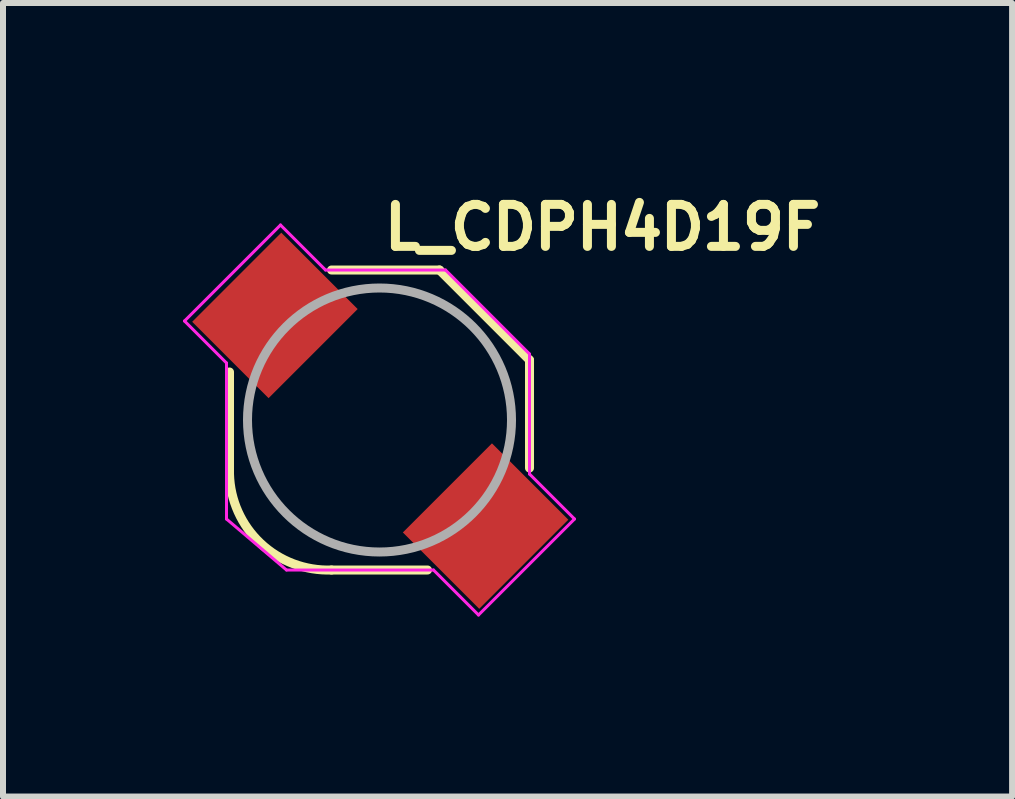
<source format=kicad_pcb>
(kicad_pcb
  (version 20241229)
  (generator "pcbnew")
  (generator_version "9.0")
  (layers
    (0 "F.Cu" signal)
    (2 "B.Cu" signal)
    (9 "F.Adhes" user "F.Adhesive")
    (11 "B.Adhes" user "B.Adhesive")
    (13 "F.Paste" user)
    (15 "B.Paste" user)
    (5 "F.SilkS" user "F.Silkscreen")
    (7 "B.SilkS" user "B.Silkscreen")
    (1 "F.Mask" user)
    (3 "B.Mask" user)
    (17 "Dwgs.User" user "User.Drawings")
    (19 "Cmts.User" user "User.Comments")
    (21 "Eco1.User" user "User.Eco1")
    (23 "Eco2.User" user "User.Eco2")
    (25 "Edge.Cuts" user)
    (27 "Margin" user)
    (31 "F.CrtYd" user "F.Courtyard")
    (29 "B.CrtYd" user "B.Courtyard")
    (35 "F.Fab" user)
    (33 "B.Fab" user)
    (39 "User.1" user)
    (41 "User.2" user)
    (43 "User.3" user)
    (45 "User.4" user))
  (footprint "L_CDPH4D19F"
    (layer "F.Cu")
    (at 3.275 3.95)
    (property "Reference" "L_CDPH4D19F" (at 0 -2.8 0) (layer "F.SilkS") (effects (font (size 0.7 0.7) (thickness 0.15)) (justify left bottom)))
    (attr smd)
    (fp_line (start -2.5 0.9) (end -2.5 -0.8) (stroke (width 0.15) (type solid)) (layer "F.SilkS"))
    (fp_line (start -0.8 -2.5) (end 1 -2.5) (stroke (width 0.15) (type solid)) (layer "F.SilkS"))
    (fp_line (start -0.8 2.5) (end 0.8 2.5) (stroke (width 0.15) (type solid)) (layer "F.SilkS"))
    (fp_line (start 1 -2.5) (end 2.5 -1) (stroke (width 0.15) (type solid)) (layer "F.SilkS"))
    (fp_line (start 2.5 -1) (end 2.5 0.8) (stroke (width 0.15) (type solid)) (layer "F.SilkS"))
    (fp_arc (start -0.8 2.5) (mid -1.983065 2.053882) (end -2.5 0.9) (stroke (width 0.15) (type solid)) (layer "F.SilkS"))
    (fp_line (start -3.25 -1.65) (end -1.65 -3.25) (stroke (width 0.05) (type solid)) (layer "F.CrtYd"))
    (fp_line (start -2.55 -0.95) (end -3.25 -1.65) (stroke (width 0.05) (type solid)) (layer "F.CrtYd"))
    (fp_line (start -2.55 1.65) (end -2.55 -0.95) (stroke (width 0.05) (type solid)) (layer "F.CrtYd"))
    (fp_line (start -1.65 -3.25) (end -0.9 -2.5) (stroke (width 0.05) (type solid)) (layer "F.CrtYd"))
    (fp_line (start -1.55 2.5) (end -2.55 1.65) (stroke (width 0.05) (type solid)) (layer "F.CrtYd"))
    (fp_line (start -0.9 -2.5) (end 1.1 -2.5) (stroke (width 0.05) (type solid)) (layer "F.CrtYd"))
    (fp_line (start 0.9 2.5) (end -1.55 2.5) (stroke (width 0.05) (type solid)) (layer "F.CrtYd"))
    (fp_line (start 1.1 -2.5) (end 2.5 -1.1) (stroke (width 0.05) (type solid)) (layer "F.CrtYd"))
    (fp_line (start 1.65 3.25) (end 0.9 2.5) (stroke (width 0.05) (type solid)) (layer "F.CrtYd"))
    (fp_line (start 2.5 -1.1) (end 2.5 0.9) (stroke (width 0.05) (type solid)) (layer "F.CrtYd"))
    (fp_line (start 2.5 0.9) (end 3.25 1.65) (stroke (width 0.05) (type solid)) (layer "F.CrtYd"))
    (fp_line (start 3.25 1.65) (end 1.65 3.25) (stroke (width 0.05) (type solid)) (layer "F.CrtYd"))
    (fp_circle (center 0 0) (end 2.2 0) (stroke (width 0.15) (type solid)) (fill no) (layer "F.Fab"))
    (fp_rect (start 2.45 -2.45) (end -2.45 2.45) (stroke (width 0.1) (type solid)) (fill no) (layer "User.5"))
    (fp_line (start -2.45 -1.036) (end -2.45 0.95) (stroke (width 0.01) (type solid)) (layer "User.9"))
    (fp_line (start -2.448 1.024) (end -2.45 0.95) (stroke (width 0.01) (type solid)) (layer "User.9"))
    (fp_line (start -2.443 1.098) (end -2.448 1.024) (stroke (width 0.01) (type solid)) (layer "User.9"))
    (fp_line (start -2.434 1.172) (end -2.443 1.098) (stroke (width 0.01) (type solid)) (layer "User.9"))
    (fp_line (start -2.421 1.244) (end -2.434 1.172) (stroke (width 0.01) (type solid)) (layer "User.9"))
    (fp_line (start -2.405 1.316) (end -2.421 1.244) (stroke (width 0.01) (type solid)) (layer "User.9"))
    (fp_line (start -2.385 1.386) (end -2.405 1.316) (stroke (width 0.01) (type solid)) (layer "User.9"))
    (fp_line (start -2.362 1.456) (end -2.385 1.386) (stroke (width 0.01) (type solid)) (layer "User.9"))
    (fp_line (start -2.336 1.524) (end -2.362 1.456) (stroke (width 0.01) (type solid)) (layer "User.9"))
    (fp_line (start -2.306 1.591) (end -2.336 1.524) (stroke (width 0.01) (type solid)) (layer "User.9"))
    (fp_line (start -2.273 1.656) (end -2.306 1.591) (stroke (width 0.01) (type solid)) (layer "User.9"))
    (fp_line (start -2.25 0) (end -2.245 -0.146) (stroke (width 0.01) (type solid)) (layer "User.9"))
    (fp_line (start -2.245 -0.146) (end -2.231 -0.291) (stroke (width 0.01) (type solid)) (layer "User.9"))
    (fp_line (start -2.245 0.146) (end -2.25 0) (stroke (width 0.01) (type solid)) (layer "User.9"))
    (fp_line (start -2.242 -1.252) (end -2.263 -1.273) (stroke (width 0.01) (type solid)) (layer "User.9"))
    (fp_line (start -2.242 -1.252) (end -1.252 -2.242) (stroke (width 0.01) (type solid)) (layer "User.9"))
    (fp_line (start -2.238 -1.248) (end -2.242 -1.252) (stroke (width 0.01) (type solid)) (layer "User.9"))
    (fp_line (start -2.237 1.72) (end -2.273 1.656) (stroke (width 0.01) (type solid)) (layer "User.9"))
    (fp_line (start -2.231 -0.291) (end -2.208 -0.435) (stroke (width 0.01) (type solid)) (layer "User.9"))
    (fp_line (start -2.231 0.291) (end -2.245 0.146) (stroke (width 0.01) (type solid)) (layer "User.9"))
    (fp_line (start -2.208 -0.435) (end -2.175 -0.578) (stroke (width 0.01) (type solid)) (layer "User.9"))
    (fp_line (start -2.208 0.435) (end -2.231 0.291) (stroke (width 0.01) (type solid)) (layer "User.9"))
    (fp_line (start -2.198 1.782) (end -2.237 1.72) (stroke (width 0.01) (type solid)) (layer "User.9"))
    (fp_line (start -2.175 -0.578) (end -2.132 -0.719) (stroke (width 0.01) (type solid)) (layer "User.9"))
    (fp_line (start -2.175 0.578) (end -2.208 0.435) (stroke (width 0.01) (type solid)) (layer "User.9"))
    (fp_line (start -2.156 1.842) (end -2.198 1.782) (stroke (width 0.01) (type solid)) (layer "User.9"))
    (fp_line (start -2.132 -0.719) (end -2.08 -0.857) (stroke (width 0.01) (type solid)) (layer "User.9"))
    (fp_line (start -2.132 0.719) (end -2.175 0.578) (stroke (width 0.01) (type solid)) (layer "User.9"))
    (fp_line (start -2.11 1.901) (end -2.156 1.842) (stroke (width 0.01) (type solid)) (layer "User.9"))
    (fp_line (start -2.08 -0.857) (end -2.019 -0.993) (stroke (width 0.01) (type solid)) (layer "User.9"))
    (fp_line (start -2.08 0.857) (end -2.132 0.719) (stroke (width 0.01) (type solid)) (layer "User.9"))
    (fp_line (start -2.062 1.957) (end -2.11 1.901) (stroke (width 0.01) (type solid)) (layer "User.9"))
    (fp_line (start -2.019 -0.993) (end -1.949 -1.125) (stroke (width 0.01) (type solid)) (layer "User.9"))
    (fp_line (start -2.019 0.993) (end -2.08 0.857) (stroke (width 0.01) (type solid)) (layer "User.9"))
    (fp_line (start -2.011 2.011) (end -2.062 1.957) (stroke (width 0.01) (type solid)) (layer "User.9"))
    (fp_line (start -2.011 2.011) (end -2.011 2.011) (stroke (width 0.01) (type solid)) (layer "User.9"))
    (fp_line (start -1.957 2.062) (end -2.011 2.011) (stroke (width 0.01) (type solid)) (layer "User.9"))
    (fp_line (start -1.949 -1.125) (end -1.949 -1.125) (stroke (width 0.01) (type solid)) (layer "User.9"))
    (fp_line (start -1.949 -1.125) (end -1.91 -1.189) (stroke (width 0.01) (type solid)) (layer "User.9"))
    (fp_line (start -1.949 1.125) (end -2.019 0.993) (stroke (width 0.01) (type solid)) (layer "User.9"))
    (fp_line (start -1.949 1.125) (end -1.949 1.125) (stroke (width 0.01) (type solid)) (layer "User.9"))
    (fp_line (start -1.91 -1.189) (end -1.869 -1.252) (stroke (width 0.01) (type solid)) (layer "User.9"))
    (fp_line (start -1.901 2.11) (end -1.957 2.062) (stroke (width 0.01) (type solid)) (layer "User.9"))
    (fp_line (start -1.869 -1.252) (end -1.827 -1.314) (stroke (width 0.01) (type solid)) (layer "User.9"))
    (fp_line (start -1.869 1.252) (end -1.949 1.125) (stroke (width 0.01) (type solid)) (layer "User.9"))
    (fp_line (start -1.842 2.156) (end -1.901 2.11) (stroke (width 0.01) (type solid)) (layer "User.9"))
    (fp_line (start -1.827 -1.314) (end -1.782 -1.373) (stroke (width 0.01) (type solid)) (layer "User.9"))
    (fp_line (start -1.782 -1.373) (end -1.736 -1.431) (stroke (width 0.01) (type solid)) (layer "User.9"))
    (fp_line (start -1.782 1.373) (end -1.869 1.252) (stroke (width 0.01) (type solid)) (layer "User.9"))
    (fp_line (start -1.782 2.198) (end -1.842 2.156) (stroke (width 0.01) (type solid)) (layer "User.9"))
    (fp_line (start -1.736 -1.431) (end -1.688 -1.487) (stroke (width 0.01) (type solid)) (layer "User.9"))
    (fp_line (start -1.72 2.237) (end -1.782 2.198) (stroke (width 0.01) (type solid)) (layer "User.9"))
    (fp_line (start -1.688 -1.487) (end -1.639 -1.542) (stroke (width 0.01) (type solid)) (layer "User.9"))
    (fp_line (start -1.688 1.487) (end -1.782 1.373) (stroke (width 0.01) (type solid)) (layer "User.9"))
    (fp_line (start -1.656 2.273) (end -1.72 2.237) (stroke (width 0.01) (type solid)) (layer "User.9"))
    (fp_line (start -1.639 -1.542) (end -1.588 -1.594) (stroke (width 0.01) (type solid)) (layer "User.9"))
    (fp_line (start -1.591 2.306) (end -1.656 2.273) (stroke (width 0.01) (type solid)) (layer "User.9"))
    (fp_line (start -1.588 -1.594) (end -1.535 -1.645) (stroke (width 0.01) (type solid)) (layer "User.9"))
    (fp_line (start -1.588 1.594) (end -1.688 1.487) (stroke (width 0.01) (type solid)) (layer "User.9"))
    (fp_line (start -1.535 -1.645) (end -1.48 -1.694) (stroke (width 0.01) (type solid)) (layer "User.9"))
    (fp_line (start -1.524 2.336) (end -1.591 2.306) (stroke (width 0.01) (type solid)) (layer "User.9"))
    (fp_line (start -1.48 -1.694) (end -1.425 -1.742) (stroke (width 0.01) (type solid)) (layer "User.9"))
    (fp_line (start -1.48 1.694) (end -1.588 1.594) (stroke (width 0.01) (type solid)) (layer "User.9"))
    (fp_line (start -1.456 2.362) (end -1.524 2.336) (stroke (width 0.01) (type solid)) (layer "User.9"))
    (fp_line (start -1.425 -1.742) (end -1.367 -1.787) (stroke (width 0.01) (type solid)) (layer "User.9"))
    (fp_line (start -1.386 2.385) (end -1.456 2.362) (stroke (width 0.01) (type solid)) (layer "User.9"))
    (fp_line (start -1.367 -1.787) (end -1.309 -1.83) (stroke (width 0.01) (type solid)) (layer "User.9"))
    (fp_line (start -1.367 1.787) (end -1.48 1.694) (stroke (width 0.01) (type solid)) (layer "User.9"))
    (fp_line (start -1.316 2.405) (end -1.386 2.385) (stroke (width 0.01) (type solid)) (layer "User.9"))
    (fp_line (start -1.309 -1.83) (end -1.249 -1.872) (stroke (width 0.01) (type solid)) (layer "User.9"))
    (fp_line (start -1.273 -2.263) (end -2.263 -1.273) (stroke (width 0.01) (type solid)) (layer "User.9"))
    (fp_line (start -1.273 -2.263) (end -1.252 -2.242) (stroke (width 0.01) (type solid)) (layer "User.9"))
    (fp_line (start -1.252 -2.242) (end -1.248 -2.238) (stroke (width 0.01) (type solid)) (layer "User.9"))
    (fp_line (start -1.249 -1.872) (end -1.187 -1.911) (stroke (width 0.01) (type solid)) (layer "User.9"))
    (fp_line (start -1.249 1.872) (end -1.367 1.787) (stroke (width 0.01) (type solid)) (layer "User.9"))
    (fp_line (start -1.244 2.421) (end -1.316 2.405) (stroke (width 0.01) (type solid)) (layer "User.9"))
    (fp_line (start -1.187 -1.911) (end -1.125 -1.949) (stroke (width 0.01) (type solid)) (layer "User.9"))
    (fp_line (start -1.172 2.434) (end -1.244 2.421) (stroke (width 0.01) (type solid)) (layer "User.9"))
    (fp_line (start -1.125 -1.949) (end -1.061 -1.984) (stroke (width 0.01) (type solid)) (layer "User.9"))
    (fp_line (start -1.125 1.949) (end -1.249 1.872) (stroke (width 0.01) (type solid)) (layer "User.9"))
    (fp_line (start -1.098 2.443) (end -1.172 2.434) (stroke (width 0.01) (type solid)) (layer "User.9"))
    (fp_line (start -1.061 -1.984) (end -0.997 -2.017) (stroke (width 0.01) (type solid)) (layer "User.9"))
    (fp_line (start -1.036 -2.45) (end -2.45 -1.036) (stroke (width 0.01) (type solid)) (layer "User.9"))
    (fp_line (start -1.024 2.448) (end -1.098 2.443) (stroke (width 0.01) (type solid)) (layer "User.9"))
    (fp_line (start -0.997 -2.017) (end -0.931 -2.049) (stroke (width 0.01) (type solid)) (layer "User.9"))
    (fp_line (start -0.997 2.017) (end -1.125 1.949) (stroke (width 0.01) (type solid)) (layer "User.9"))
    (fp_line (start -0.95 2.45) (end -1.024 2.448) (stroke (width 0.01) (type solid)) (layer "User.9"))
    (fp_line (start -0.95 2.45) (end 1.036 2.45) (stroke (width 0.01) (type solid)) (layer "User.9"))
    (fp_line (start -0.931 -2.049) (end -0.864 -2.078) (stroke (width 0.01) (type solid)) (layer "User.9"))
    (fp_line (start -0.864 -2.078) (end -0.796 -2.105) (stroke (width 0.01) (type solid)) (layer "User.9"))
    (fp_line (start -0.864 2.078) (end -0.997 2.017) (stroke (width 0.01) (type solid)) (layer "User.9"))
    (fp_line (start -0.796 -2.105) (end -0.727 -2.129) (stroke (width 0.01) (type solid)) (layer "User.9"))
    (fp_line (start -0.727 -2.129) (end -0.658 -2.152) (stroke (width 0.01) (type solid)) (layer "User.9"))
    (fp_line (start -0.727 2.129) (end -0.864 2.078) (stroke (width 0.01) (type solid)) (layer "User.9"))
    (fp_line (start -0.658 -2.152) (end -0.587 -2.172) (stroke (width 0.01) (type solid)) (layer "User.9"))
    (fp_line (start -0.587 -2.172) (end -0.516 -2.19) (stroke (width 0.01) (type solid)) (layer "User.9"))
    (fp_line (start -0.587 2.172) (end -0.727 2.129) (stroke (width 0.01) (type solid)) (layer "User.9"))
    (fp_line (start -0.516 -2.19) (end -0.444 -2.206) (stroke (width 0.01) (type solid)) (layer "User.9"))
    (fp_line (start -0.444 -2.206) (end -0.371 -2.219) (stroke (width 0.01) (type solid)) (layer "User.9"))
    (fp_line (start -0.444 2.206) (end -0.587 2.172) (stroke (width 0.01) (type solid)) (layer "User.9"))
    (fp_line (start -0.371 -2.219) (end -0.298 -2.23) (stroke (width 0.01) (type solid)) (layer "User.9"))
    (fp_line (start -0.298 -2.23) (end -0.224 -2.239) (stroke (width 0.01) (type solid)) (layer "User.9"))
    (fp_line (start -0.298 2.23) (end -0.444 2.206) (stroke (width 0.01) (type solid)) (layer "User.9"))
    (fp_line (start -0.224 -2.239) (end -0.15 -2.245) (stroke (width 0.01) (type solid)) (layer "User.9"))
    (fp_line (start -0.15 -2.245) (end -0.075 -2.249) (stroke (width 0.01) (type solid)) (layer "User.9"))
    (fp_line (start -0.15 2.245) (end -0.298 2.23) (stroke (width 0.01) (type solid)) (layer "User.9"))
    (fp_line (start -0.075 -2.249) (end 0 -2.25) (stroke (width 0.01) (type solid)) (layer "User.9"))
    (fp_line (start 0 -2.25) (end 0.15 -2.245) (stroke (width 0.01) (type solid)) (layer "User.9"))
    (fp_line (start 0 2.25) (end -0.15 2.245) (stroke (width 0.01) (type solid)) (layer "User.9"))
    (fp_line (start 0.075 2.249) (end 0 2.25) (stroke (width 0.01) (type solid)) (layer "User.9"))
    (fp_line (start 0.15 -2.245) (end 0.298 -2.23) (stroke (width 0.01) (type solid)) (layer "User.9"))
    (fp_line (start 0.15 2.245) (end 0.075 2.249) (stroke (width 0.01) (type solid)) (layer "User.9"))
    (fp_line (start 0.224 2.239) (end 0.15 2.245) (stroke (width 0.01) (type solid)) (layer "User.9"))
    (fp_line (start 0.298 -2.23) (end 0.444 -2.206) (stroke (width 0.01) (type solid)) (layer "User.9"))
    (fp_line (start 0.298 2.23) (end 0.224 2.239) (stroke (width 0.01) (type solid)) (layer "User.9"))
    (fp_line (start 0.371 2.219) (end 0.298 2.23) (stroke (width 0.01) (type solid)) (layer "User.9"))
    (fp_line (start 0.444 -2.206) (end 0.587 -2.172) (stroke (width 0.01) (type solid)) (layer "User.9"))
    (fp_line (start 0.444 2.206) (end 0.371 2.219) (stroke (width 0.01) (type solid)) (layer "User.9"))
    (fp_line (start 0.516 2.19) (end 0.444 2.206) (stroke (width 0.01) (type solid)) (layer "User.9"))
    (fp_line (start 0.587 -2.172) (end 0.727 -2.129) (stroke (width 0.01) (type solid)) (layer "User.9"))
    (fp_line (start 0.587 2.172) (end 0.516 2.19) (stroke (width 0.01) (type solid)) (layer "User.9"))
    (fp_line (start 0.658 2.152) (end 0.587 2.172) (stroke (width 0.01) (type solid)) (layer "User.9"))
    (fp_line (start 0.727 -2.129) (end 0.864 -2.078) (stroke (width 0.01) (type solid)) (layer "User.9"))
    (fp_line (start 0.727 2.129) (end 0.658 2.152) (stroke (width 0.01) (type solid)) (layer "User.9"))
    (fp_line (start 0.796 2.105) (end 0.727 2.129) (stroke (width 0.01) (type solid)) (layer "User.9"))
    (fp_line (start 0.864 -2.078) (end 0.997 -2.017) (stroke (width 0.01) (type solid)) (layer "User.9"))
    (fp_line (start 0.864 2.078) (end 0.796 2.105) (stroke (width 0.01) (type solid)) (layer "User.9"))
    (fp_line (start 0.931 2.049) (end 0.864 2.078) (stroke (width 0.01) (type solid)) (layer "User.9"))
    (fp_line (start 0.997 -2.017) (end 1.125 -1.949) (stroke (width 0.01) (type solid)) (layer "User.9"))
    (fp_line (start 0.997 2.017) (end 0.931 2.049) (stroke (width 0.01) (type solid)) (layer "User.9"))
    (fp_line (start 1.036 -2.45) (end -1.036 -2.45) (stroke (width 0.01) (type solid)) (layer "User.9"))
    (fp_line (start 1.036 2.45) (end 2.45 1.036) (stroke (width 0.01) (type solid)) (layer "User.9"))
    (fp_line (start 1.061 1.984) (end 0.997 2.017) (stroke (width 0.01) (type solid)) (layer "User.9"))
    (fp_line (start 1.125 -1.949) (end 1.249 -1.872) (stroke (width 0.01) (type solid)) (layer "User.9"))
    (fp_line (start 1.125 1.949) (end 1.061 1.984) (stroke (width 0.01) (type solid)) (layer "User.9"))
    (fp_line (start 1.187 1.911) (end 1.125 1.949) (stroke (width 0.01) (type solid)) (layer "User.9"))
    (fp_line (start 1.248 2.238) (end 1.252 2.242) (stroke (width 0.01) (type solid)) (layer "User.9"))
    (fp_line (start 1.249 -1.872) (end 1.367 -1.787) (stroke (width 0.01) (type solid)) (layer "User.9"))
    (fp_line (start 1.249 1.872) (end 1.187 1.911) (stroke (width 0.01) (type solid)) (layer "User.9"))
    (fp_line (start 1.252 2.242) (end 1.273 2.263) (stroke (width 0.01) (type solid)) (layer "User.9"))
    (fp_line (start 1.273 2.263) (end 2.263 1.273) (stroke (width 0.01) (type solid)) (layer "User.9"))
    (fp_line (start 1.309 1.83) (end 1.249 1.872) (stroke (width 0.01) (type solid)) (layer "User.9"))
    (fp_line (start 1.367 -1.787) (end 1.48 -1.694) (stroke (width 0.01) (type solid)) (layer "User.9"))
    (fp_line (start 1.367 1.787) (end 1.309 1.83) (stroke (width 0.01) (type solid)) (layer "User.9"))
    (fp_line (start 1.425 1.742) (end 1.367 1.787) (stroke (width 0.01) (type solid)) (layer "User.9"))
    (fp_line (start 1.48 -1.694) (end 1.588 -1.594) (stroke (width 0.01) (type solid)) (layer "User.9"))
    (fp_line (start 1.48 1.694) (end 1.425 1.742) (stroke (width 0.01) (type solid)) (layer "User.9"))
    (fp_line (start 1.535 1.645) (end 1.48 1.694) (stroke (width 0.01) (type solid)) (layer "User.9"))
    (fp_line (start 1.588 -1.594) (end 1.688 -1.487) (stroke (width 0.01) (type solid)) (layer "User.9"))
    (fp_line (start 1.588 1.594) (end 1.535 1.645) (stroke (width 0.01) (type solid)) (layer "User.9"))
    (fp_line (start 1.639 1.542) (end 1.588 1.594) (stroke (width 0.01) (type solid)) (layer "User.9"))
    (fp_line (start 1.688 -1.487) (end 1.782 -1.373) (stroke (width 0.01) (type solid)) (layer "User.9"))
    (fp_line (start 1.688 1.487) (end 1.639 1.542) (stroke (width 0.01) (type solid)) (layer "User.9"))
    (fp_line (start 1.736 1.431) (end 1.688 1.487) (stroke (width 0.01) (type solid)) (layer "User.9"))
    (fp_line (start 1.782 -1.373) (end 1.869 -1.252) (stroke (width 0.01) (type solid)) (layer "User.9"))
    (fp_line (start 1.782 1.373) (end 1.736 1.431) (stroke (width 0.01) (type solid)) (layer "User.9"))
    (fp_line (start 1.827 1.314) (end 1.782 1.373) (stroke (width 0.01) (type solid)) (layer "User.9"))
    (fp_line (start 1.869 -1.252) (end 1.949 -1.125) (stroke (width 0.01) (type solid)) (layer "User.9"))
    (fp_line (start 1.869 1.252) (end 1.827 1.314) (stroke (width 0.01) (type solid)) (layer "User.9"))
    (fp_line (start 1.91 1.189) (end 1.869 1.252) (stroke (width 0.01) (type solid)) (layer "User.9"))
    (fp_line (start 1.949 -1.125) (end 1.949 -1.125) (stroke (width 0.01) (type solid)) (layer "User.9"))
    (fp_line (start 1.949 -1.125) (end 2.019 -0.993) (stroke (width 0.01) (type solid)) (layer "User.9"))
    (fp_line (start 1.949 1.125) (end 1.91 1.189) (stroke (width 0.01) (type solid)) (layer "User.9"))
    (fp_line (start 1.949 1.125) (end 1.949 1.125) (stroke (width 0.01) (type solid)) (layer "User.9"))
    (fp_line (start 2.019 -0.993) (end 2.08 -0.857) (stroke (width 0.01) (type solid)) (layer "User.9"))
    (fp_line (start 2.019 0.993) (end 1.949 1.125) (stroke (width 0.01) (type solid)) (layer "User.9"))
    (fp_line (start 2.08 -0.857) (end 2.132 -0.719) (stroke (width 0.01) (type solid)) (layer "User.9"))
    (fp_line (start 2.08 0.857) (end 2.019 0.993) (stroke (width 0.01) (type solid)) (layer "User.9"))
    (fp_line (start 2.132 -0.719) (end 2.175 -0.578) (stroke (width 0.01) (type solid)) (layer "User.9"))
    (fp_line (start 2.132 0.719) (end 2.08 0.857) (stroke (width 0.01) (type solid)) (layer "User.9"))
    (fp_line (start 2.175 -0.578) (end 2.208 -0.435) (stroke (width 0.01) (type solid)) (layer "User.9"))
    (fp_line (start 2.175 0.578) (end 2.132 0.719) (stroke (width 0.01) (type solid)) (layer "User.9"))
    (fp_line (start 2.208 -0.435) (end 2.231 -0.291) (stroke (width 0.01) (type solid)) (layer "User.9"))
    (fp_line (start 2.208 0.435) (end 2.175 0.578) (stroke (width 0.01) (type solid)) (layer "User.9"))
    (fp_line (start 2.231 -0.291) (end 2.245 -0.146) (stroke (width 0.01) (type solid)) (layer "User.9"))
    (fp_line (start 2.231 0.291) (end 2.208 0.435) (stroke (width 0.01) (type solid)) (layer "User.9"))
    (fp_line (start 2.242 1.252) (end 1.252 2.242) (stroke (width 0.01) (type solid)) (layer "User.9"))
    (fp_line (start 2.242 1.252) (end 2.238 1.248) (stroke (width 0.01) (type solid)) (layer "User.9"))
    (fp_line (start 2.245 -0.146) (end 2.25 0) (stroke (width 0.01) (type solid)) (layer "User.9"))
    (fp_line (start 2.245 0.146) (end 2.231 0.291) (stroke (width 0.01) (type solid)) (layer "User.9"))
    (fp_line (start 2.25 0) (end 2.245 0.146) (stroke (width 0.01) (type solid)) (layer "User.9"))
    (fp_line (start 2.263 1.273) (end 2.242 1.252) (stroke (width 0.01) (type solid)) (layer "User.9"))
    (fp_line (start 2.45 -1.036) (end 1.036 -2.45) (stroke (width 0.01) (type solid)) (layer "User.9"))
    (fp_line (start 2.45 1.036) (end 2.45 -1.036) (stroke (width 0.01) (type solid)) (layer "User.9"))
    (pad "1" smd rect (at -1.743 -1.743 135) (size 1.8 2.1) (layers "F.Cu" "F.Mask" "F.Paste"))
    (pad "2" smd rect (at 1.768 1.768 135) (size 1.8 2.1) (layers "F.Cu" "F.Mask" "F.Paste")))
  (gr_rect
    (start -3 -3)
    (end 13.818 10.225)
    (stroke (width 0.1) (type default))
    (fill no)
    (layer "Edge.Cuts")))
</source>
